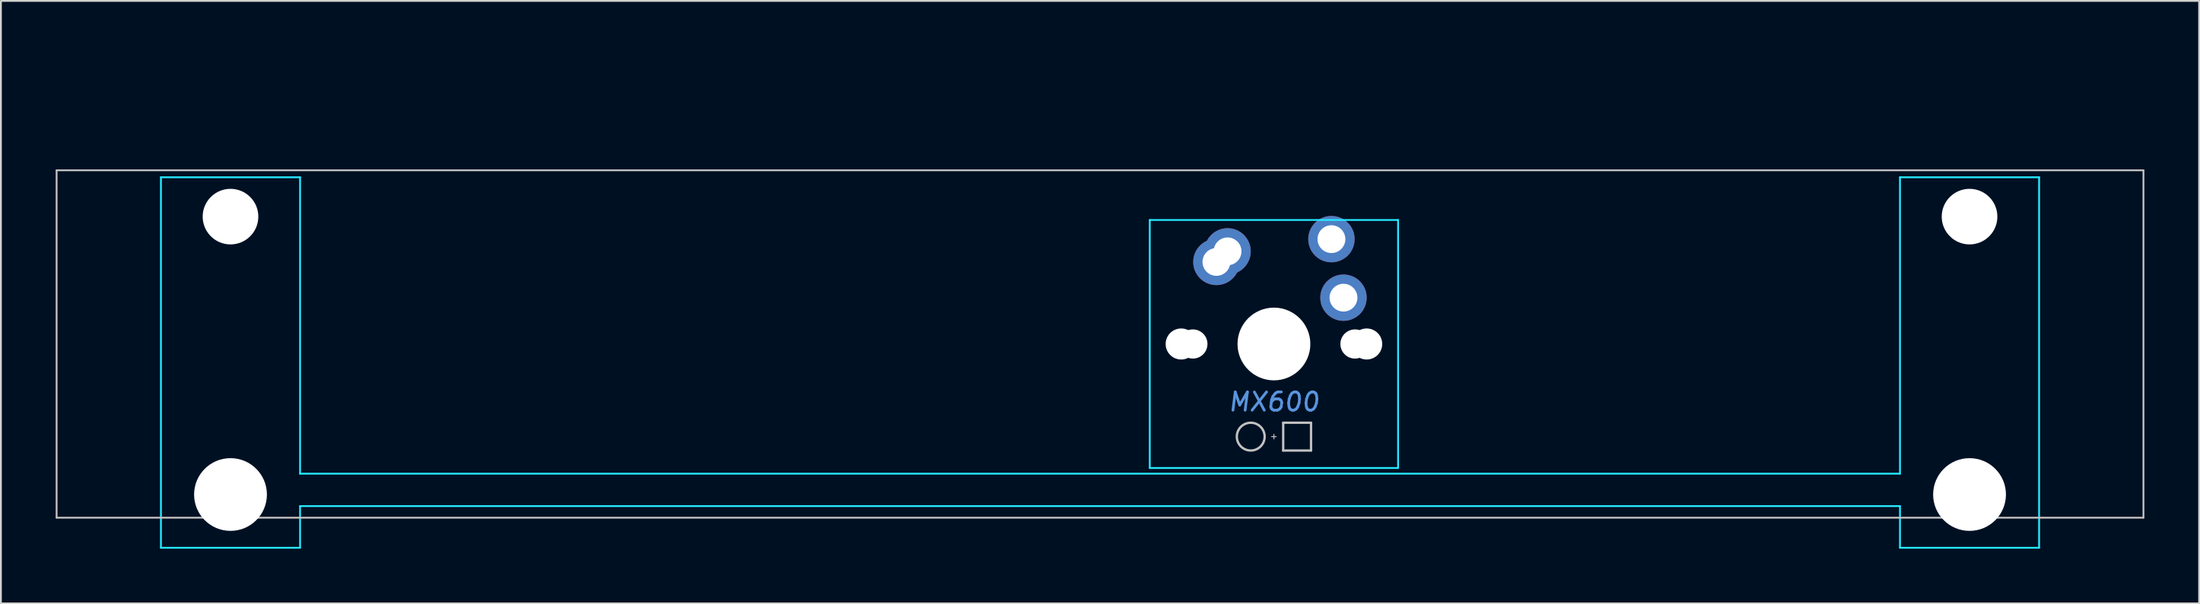
<source format=kicad_pcb>
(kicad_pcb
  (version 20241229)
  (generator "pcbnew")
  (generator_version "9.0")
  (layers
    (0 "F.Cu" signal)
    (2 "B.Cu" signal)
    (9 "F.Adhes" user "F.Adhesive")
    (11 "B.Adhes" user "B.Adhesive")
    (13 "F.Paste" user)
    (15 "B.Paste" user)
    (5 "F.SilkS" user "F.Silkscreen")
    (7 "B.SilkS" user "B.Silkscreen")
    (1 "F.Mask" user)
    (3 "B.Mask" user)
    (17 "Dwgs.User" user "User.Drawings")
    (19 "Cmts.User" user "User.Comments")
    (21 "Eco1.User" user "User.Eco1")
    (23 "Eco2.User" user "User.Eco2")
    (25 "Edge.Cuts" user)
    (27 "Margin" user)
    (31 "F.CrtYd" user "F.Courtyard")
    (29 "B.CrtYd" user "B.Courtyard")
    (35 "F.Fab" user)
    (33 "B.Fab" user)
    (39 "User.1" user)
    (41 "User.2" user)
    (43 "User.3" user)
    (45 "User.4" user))
  (footprint "MX600"
    (layer "F.Cu")
    (at 66.725 15.815)
    (property "Reference" "MX600" (at 0 3.175 0) (layer "Cmts.User") (effects (font (size 1 1) (thickness 0.15) (italic yes))))
    (attr through_hole)
    (fp_line (start -66.675 -9.525) (end -66.675 9.525) (stroke (width 0.1) (type solid)) (layer "Dwgs.User"))
    (fp_line (start -66.675 9.525) (end 47.625 9.525) (stroke (width 0.1) (type solid)) (layer "Dwgs.User"))
    (fp_line (start -0.127 5.08) (end 0.127 5.08) (stroke (width 0.051) (type solid)) (layer "Dwgs.User"))
    (fp_line (start 0 5.207) (end 0 4.953) (stroke (width 0.051) (type solid)) (layer "Dwgs.User"))
    (fp_line (start 0.508 4.318) (end 0.508 5.842) (stroke (width 0.127) (type solid)) (layer "Dwgs.User"))
    (fp_line (start 0.508 4.318) (end 2.032 4.318) (stroke (width 0.127) (type solid)) (layer "Dwgs.User"))
    (fp_line (start 0.508 5.842) (end 2.032 5.842) (stroke (width 0.127) (type solid)) (layer "Dwgs.User"))
    (fp_line (start 2.032 5.842) (end 2.032 4.318) (stroke (width 0.127) (type solid)) (layer "Dwgs.User"))
    (fp_line (start 47.625 -9.525) (end -66.675 -9.525) (stroke (width 0.1) (type solid)) (layer "Dwgs.User"))
    (fp_line (start 47.625 -9.525) (end 47.625 9.525) (stroke (width 0.1) (type solid)) (layer "Dwgs.User"))
    (fp_circle (center -1.27 5.08) (end -0.508 5.08) (stroke (width 0.127) (type solid)) (fill no) (layer "Dwgs.User"))
    (fp_line (start -61.29 -0.508) (end -61.29 -3.302) (stroke (width 0.1) (type solid)) (layer "Eco1.User"))
    (fp_line (start -61.29 -3.302) (end -60.274 -3.302) (stroke (width 0.1) (type solid)) (layer "Eco1.User"))
    (fp_line (start -60.274 -3.302) (end -60.274 -5.69) (stroke (width 0.1) (type solid)) (layer "Eco1.User"))
    (fp_line (start -60.274 -0.508) (end -61.29 -0.508) (stroke (width 0.1) (type solid)) (layer "Eco1.User"))
    (fp_line (start -60.274 -5.69) (end -53.619 -5.69) (stroke (width 0.1) (type solid)) (layer "Eco1.User"))
    (fp_line (start -60.274 6.604) (end -60.274 -0.508) (stroke (width 0.1) (type solid)) (layer "Eco1.User"))
    (fp_line (start -58.471 6.604) (end -60.274 6.604) (stroke (width 0.1) (type solid)) (layer "Eco1.User"))
    (fp_line (start -58.471 7.772) (end -58.471 6.604) (stroke (width 0.1) (type solid)) (layer "Eco1.User"))
    (fp_line (start -55.423 6.604) (end -55.423 7.772) (stroke (width 0.1) (type solid)) (layer "Eco1.User"))
    (fp_line (start -55.423 7.772) (end -58.471 7.772) (stroke (width 0.1) (type solid)) (layer "Eco1.User"))
    (fp_line (start -53.619 -5.69) (end -53.619 -2.286) (stroke (width 0.1) (type solid)) (layer "Eco1.User"))
    (fp_line (start -53.619 2.286) (end -53.619 6.604) (stroke (width 0.1) (type solid)) (layer "Eco1.User"))
    (fp_line (start -53.619 -2.286) (end -6.985 -2.286) (stroke (width 0.1) (type solid)) (layer "Eco1.User"))
    (fp_line (start -53.619 6.604) (end -55.423 6.604) (stroke (width 0.1) (type solid)) (layer "Eco1.User"))
    (fp_line (start -6.985 -6.985) (end 6.985 -6.985) (stroke (width 0.1) (type solid)) (layer "Eco1.User"))
    (fp_line (start -6.985 -2.286) (end -6.985 -6.985) (stroke (width 0.1) (type solid)) (layer "Eco1.User"))
    (fp_line (start -6.985 2.286) (end -53.619 2.286) (stroke (width 0.1) (type solid)) (layer "Eco1.User"))
    (fp_line (start -6.985 6.985) (end -6.985 2.286) (stroke (width 0.1) (type solid)) (layer "Eco1.User"))
    (fp_line (start -0.000028 -0.941) (end 0.000028 0.941) (stroke (width 0.1) (type solid)) (layer "Eco1.User"))
    (fp_line (start 0 -15.765) (end 0 -15.765) (stroke (width 0.1) (type solid)) (layer "Eco1.User"))
    (fp_line (start 0 -15.765) (end 0 -15.765) (stroke (width 0.1) (type solid)) (layer "Eco1.User"))
    (fp_line (start 0 -15.765) (end 0 -15.765) (stroke (width 0.1) (type solid)) (layer "Eco1.User"))
    (fp_line (start 0.941 -0.000029) (end -0.941 0.000027) (stroke (width 0.1) (type solid)) (layer "Eco1.User"))
    (fp_line (start 6.985 -6.985) (end 6.985 -2.286) (stroke (width 0.1) (type solid)) (layer "Eco1.User"))
    (fp_line (start 6.985 -2.286) (end 34.568 -2.286) (stroke (width 0.1) (type solid)) (layer "Eco1.User"))
    (fp_line (start 6.985 2.286) (end 6.985 6.985) (stroke (width 0.1) (type solid)) (layer "Eco1.User"))
    (fp_line (start 6.985 6.985) (end -6.985 6.985) (stroke (width 0.1) (type solid)) (layer "Eco1.User"))
    (fp_line (start 34.568 -2.286) (end 34.568 -5.689) (stroke (width 0.1) (type solid)) (layer "Eco1.User"))
    (fp_line (start 34.568 6.604) (end 34.568 2.286) (stroke (width 0.1) (type solid)) (layer "Eco1.User"))
    (fp_line (start 34.568 2.286) (end 6.985 2.286) (stroke (width 0.1) (type solid)) (layer "Eco1.User"))
    (fp_line (start 34.569 -5.69) (end 41.224 -5.69) (stroke (width 0.1) (type solid)) (layer "Eco1.User"))
    (fp_line (start 36.371 6.604) (end 34.568 6.604) (stroke (width 0.1) (type solid)) (layer "Eco1.User"))
    (fp_line (start 36.371 7.773) (end 36.371 6.604) (stroke (width 0.1) (type solid)) (layer "Eco1.User"))
    (fp_line (start 39.419 6.604) (end 39.419 7.773) (stroke (width 0.1) (type solid)) (layer "Eco1.User"))
    (fp_line (start 39.419 7.773) (end 36.371 7.773) (stroke (width 0.1) (type solid)) (layer "Eco1.User"))
    (fp_line (start 41.223 6.604) (end 39.419 6.604) (stroke (width 0.1) (type solid)) (layer "Eco1.User"))
    (fp_line (start 41.223 -0.508) (end 41.223 6.604) (stroke (width 0.1) (type solid)) (layer "Eco1.User"))
    (fp_line (start 41.224 -5.69) (end 41.224 -3.302) (stroke (width 0.1) (type solid)) (layer "Eco1.User"))
    (fp_line (start 41.224 -3.302) (end 42.24 -3.302) (stroke (width 0.1) (type solid)) (layer "Eco1.User"))
    (fp_line (start 42.239 -3.302) (end 42.239 -0.508) (stroke (width 0.1) (type solid)) (layer "Eco1.User"))
    (fp_line (start 42.239 -0.508) (end 41.223 -0.508) (stroke (width 0.1) (type solid)) (layer "Eco1.User"))
    (fp_line (start -60.96 -9.144) (end -60.96 11.176) (stroke (width 0.1) (type solid)) (layer "B.CrtYd"))
    (fp_line (start -60.96 -9.144) (end -53.34 -9.144) (stroke (width 0.1) (type solid)) (layer "B.CrtYd"))
    (fp_line (start -60.96 11.176) (end -53.34 11.176) (stroke (width 0.1) (type solid)) (layer "B.CrtYd"))
    (fp_line (start -53.34 7.112) (end -53.34 -9.144) (stroke (width 0.1) (type solid)) (layer "B.CrtYd"))
    (fp_line (start -53.34 7.112) (end 34.29 7.112) (stroke (width 0.1) (type solid)) (layer "B.CrtYd"))
    (fp_line (start -53.34 8.89) (end -53.34 11.176) (stroke (width 0.1) (type solid)) (layer "B.CrtYd"))
    (fp_line (start -53.34 8.89) (end 34.29 8.89) (stroke (width 0.1) (type solid)) (layer "B.CrtYd"))
    (fp_line (start -6.8 -6.8) (end -6.8 6.8) (stroke (width 0.1) (type solid)) (layer "B.CrtYd"))
    (fp_line (start -6.8 -6.8) (end 6.8 -6.8) (stroke (width 0.1) (type solid)) (layer "B.CrtYd"))
    (fp_line (start -6.8 6.8) (end 6.8 6.8) (stroke (width 0.1) (type solid)) (layer "B.CrtYd"))
    (fp_line (start 6.8 6.8) (end 6.8 -6.8) (stroke (width 0.1) (type solid)) (layer "B.CrtYd"))
    (fp_line (start 34.29 -9.144) (end 41.91 -9.144) (stroke (width 0.1) (type solid)) (layer "B.CrtYd"))
    (fp_line (start 34.29 7.112) (end 34.29 -9.144) (stroke (width 0.1) (type solid)) (layer "B.CrtYd"))
    (fp_line (start 34.29 8.89) (end 34.29 11.176) (stroke (width 0.1) (type solid)) (layer "B.CrtYd"))
    (fp_line (start 34.29 11.176) (end 41.91 11.176) (stroke (width 0.1) (type solid)) (layer "B.CrtYd"))
    (fp_line (start 41.91 -9.144) (end 41.91 11.176) (stroke (width 0.1) (type solid)) (layer "B.CrtYd"))
    (pad "" np_thru_hole circle (at -57.15 -6.985 180) (size 3.048 3.048) (drill 3.048) (layers "*.Cu" "*.Mask"))
    (pad "" np_thru_hole circle (at -57.15 8.255 180) (size 3.988 3.988) (drill 3.988) (layers "*.Cu" "*.Mask"))
    (pad "" np_thru_hole circle (at -5.08 0) (size 1.702 1.702) (drill 1.702) (layers "*.Cu" "*.Mask"))
    (pad "" np_thru_hole circle (at -4.44 0) (size 1.6 1.6) (drill 1.6) (layers "*.Cu" "*.Mask"))
    (pad "" np_thru_hole circle (at 0 0) (size 3.988 3.988) (drill 3.988) (layers "*.Cu" "*.Mask"))
    (pad "" np_thru_hole circle (at 4.44 0) (size 1.6 1.6) (drill 1.6) (layers "*.Cu" "*.Mask"))
    (pad "" np_thru_hole circle (at 5.08 0) (size 1.702 1.702) (drill 1.702) (layers "*.Cu" "*.Mask"))
    (pad "" np_thru_hole circle (at 38.1 -6.985 180) (size 3.048 3.048) (drill 3.048) (layers "*.Cu" "*.Mask"))
    (pad "" np_thru_hole circle (at 38.1 8.255 180) (size 3.988 3.988) (drill 3.988) (layers "*.Cu" "*.Mask"))
    (pad "1" thru_hole circle (at -3.15 -4.5) (size 2.54 2.54) (drill 1.524) (layers "*.Cu" "*.Mask"))
    (pad "1" thru_hole circle (at -2.54 -5.08) (size 2.54 2.54) (drill 1.524) (layers "*.Cu" "*.Mask"))
    (pad "2" thru_hole circle (at 3.15 -5.75) (size 2.54 2.54) (drill 1.524) (layers "*.Cu" "*.Mask"))
    (pad "2" thru_hole circle (at 3.81 -2.54) (size 2.54 2.54) (drill 1.524) (layers "*.Cu" "*.Mask")))
  (gr_rect
    (start -3 -3)
    (end 117.4 30.041)
    (stroke (width 0.1) (type default))
    (fill no)
    (layer "Edge.Cuts")))
</source>
